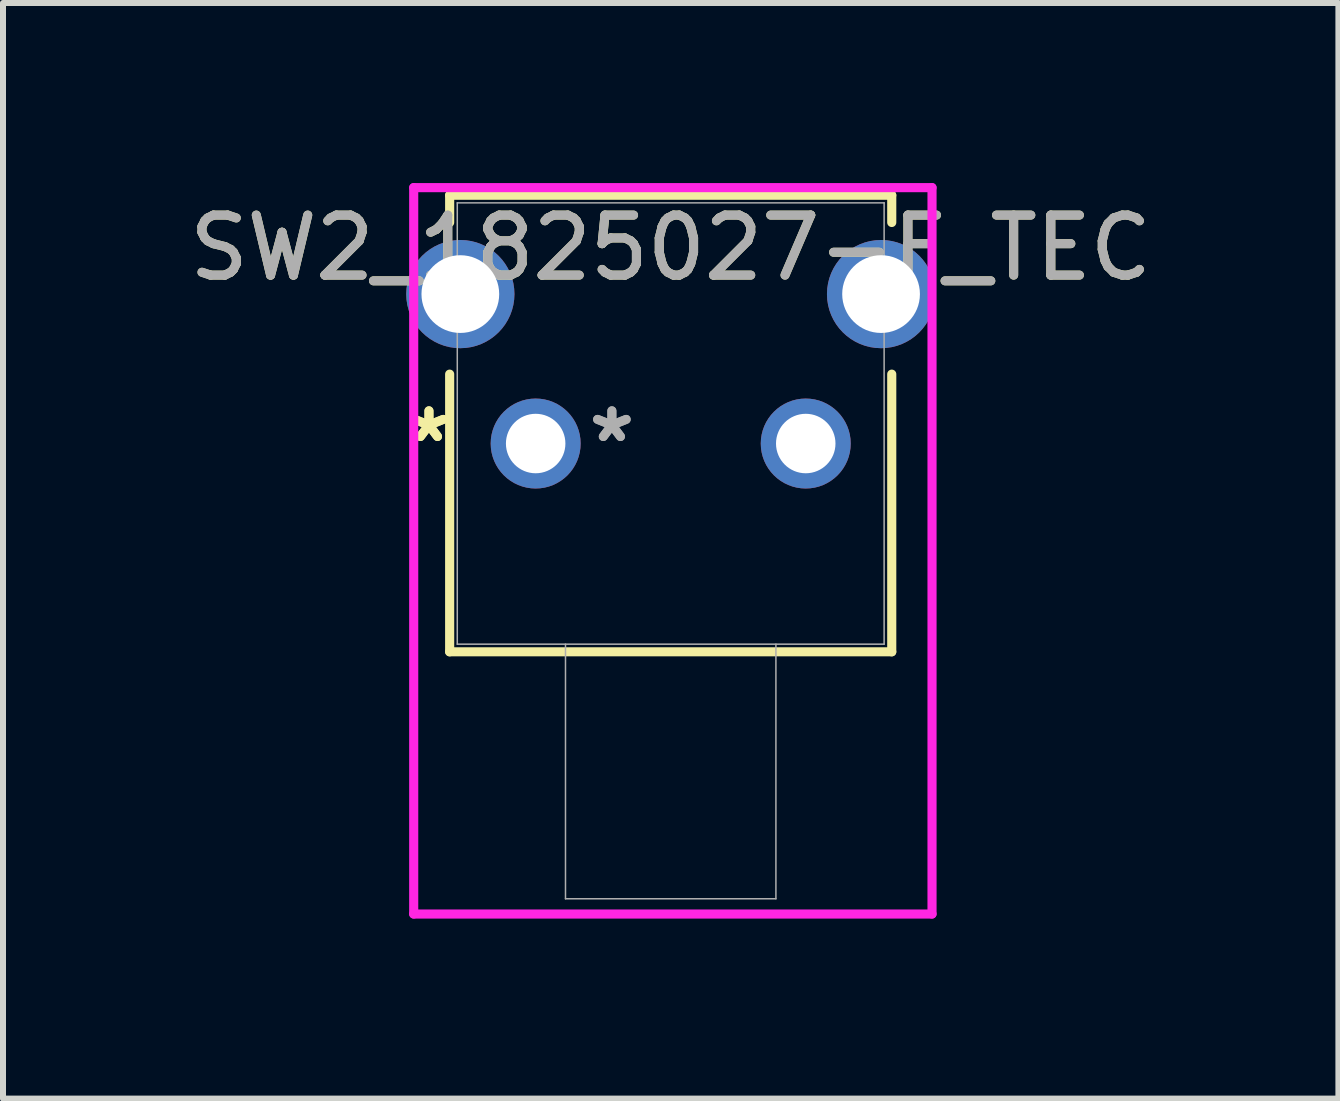
<source format=kicad_pcb>
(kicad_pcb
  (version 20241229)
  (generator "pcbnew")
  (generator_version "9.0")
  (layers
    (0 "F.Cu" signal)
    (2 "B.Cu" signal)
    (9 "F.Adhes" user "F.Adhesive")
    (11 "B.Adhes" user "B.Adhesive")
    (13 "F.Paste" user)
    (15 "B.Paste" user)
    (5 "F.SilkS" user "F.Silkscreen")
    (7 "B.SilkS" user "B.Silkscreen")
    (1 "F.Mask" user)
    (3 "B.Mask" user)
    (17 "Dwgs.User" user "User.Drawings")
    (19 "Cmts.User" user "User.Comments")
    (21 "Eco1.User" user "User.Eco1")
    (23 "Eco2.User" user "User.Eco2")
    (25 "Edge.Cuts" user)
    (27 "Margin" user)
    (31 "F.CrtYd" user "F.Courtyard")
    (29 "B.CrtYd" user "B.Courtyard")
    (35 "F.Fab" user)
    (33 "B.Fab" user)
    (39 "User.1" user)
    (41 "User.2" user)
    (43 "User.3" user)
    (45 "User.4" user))
  (footprint "SW2_1825027-F_TEC"
    (layer "F.Cu")
    (at 5.875 4.34)
    (property "Reference" "SW2_1825027-F_TEC" (at 2.25 -3.261 0) (unlocked yes) (layer "F.SilkS") (effects (font (size 1 1) (thickness 0.15))))
    (attr through_hole)
    (fp_line (start -1.433 -4.137) (end -1.433 -3.683) (stroke (width 0.152) (type solid)) (layer "F.SilkS"))
    (fp_line (start -1.433 -1.156) (end -1.433 3.47) (stroke (width 0.152) (type solid)) (layer "F.SilkS"))
    (fp_line (start -1.433 3.47) (end 5.933 3.47) (stroke (width 0.152) (type solid)) (layer "F.SilkS"))
    (fp_line (start 5.933 -4.137) (end -1.433 -4.137) (stroke (width 0.152) (type solid)) (layer "F.SilkS"))
    (fp_line (start 5.933 -3.683) (end 5.933 -4.137) (stroke (width 0.152) (type solid)) (layer "F.SilkS"))
    (fp_line (start 5.933 3.47) (end 5.933 -1.156) (stroke (width 0.152) (type solid)) (layer "F.SilkS"))
    (fp_line (start -2.032 -4.264) (end -2.032 7.839) (stroke (width 0.152) (type solid)) (layer "F.CrtYd"))
    (fp_line (start -2.032 7.839) (end 6.604 7.839) (stroke (width 0.152) (type solid)) (layer "F.CrtYd"))
    (fp_line (start 6.604 -4.264) (end -2.032 -4.264) (stroke (width 0.152) (type solid)) (layer "F.CrtYd"))
    (fp_line (start 6.604 7.839) (end 6.604 -4.264) (stroke (width 0.152) (type solid)) (layer "F.CrtYd"))
    (fp_line (start -1.306 -4.01) (end -1.306 3.343) (stroke (width 0.025) (type solid)) (layer "F.Fab"))
    (fp_line (start -1.306 3.343) (end 5.806 3.343) (stroke (width 0.025) (type solid)) (layer "F.Fab"))
    (fp_line (start 0.497 3.343) (end 0.497 7.585) (stroke (width 0.025) (type solid)) (layer "F.Fab"))
    (fp_line (start 0.497 7.585) (end 4.003 7.585) (stroke (width 0.025) (type solid)) (layer "F.Fab"))
    (fp_line (start 4.003 3.343) (end 4.003 7.585) (stroke (width 0.025) (type solid)) (layer "F.Fab"))
    (fp_line (start 5.806 -4.01) (end -1.306 -4.01) (stroke (width 0.025) (type solid)) (layer "F.Fab"))
    (fp_line (start 5.806 3.343) (end 5.806 -4.01) (stroke (width 0.025) (type solid)) (layer "F.Fab"))
    (fp_text user "*" (at -1.778 0 0) (layer "F.SilkS") (effects (font (size 1 1) (thickness 0.15))))
    (fp_text user "*" (at -1.778 0 0) (unlocked yes) (layer "F.SilkS") (effects (font (size 1 1) (thickness 0.15))))
    (fp_text user "*" (at 1.27 0 0) (layer "F.Fab") (effects (font (size 1 1) (thickness 0.15))))
    (fp_text user "*" (at 1.27 0 0) (unlocked yes) (layer "F.Fab") (effects (font (size 1 1) (thickness 0.15))))
    (fp_text user "${REFERENCE}" (at 2.25 -3.261 0) (unlocked yes) (layer "F.Fab") (effects (font (size 1 1) (thickness 0.15))))
    (pad "1" thru_hole circle (at 0 0) (size 1.499 1.499) (drill 0.991) (layers "*.Cu" "*.Mask"))
    (pad "2" thru_hole circle (at 4.5 0) (size 1.499 1.499) (drill 0.991) (layers "*.Cu" "*.Mask"))
    (pad "3" thru_hole circle (at -1.255 -2.49) (size 1.803 1.803) (drill 1.295) (layers "*.Cu" "*.Mask"))
    (pad "4" thru_hole circle (at 5.755 -2.49) (size 1.803 1.803) (drill 1.295) (layers "*.Cu" "*.Mask")))
  (gr_rect
    (start -3 -3)
    (end 19.25 15.255)
    (stroke (width 0.1) (type default))
    (fill no)
    (layer "Edge.Cuts")))
</source>
